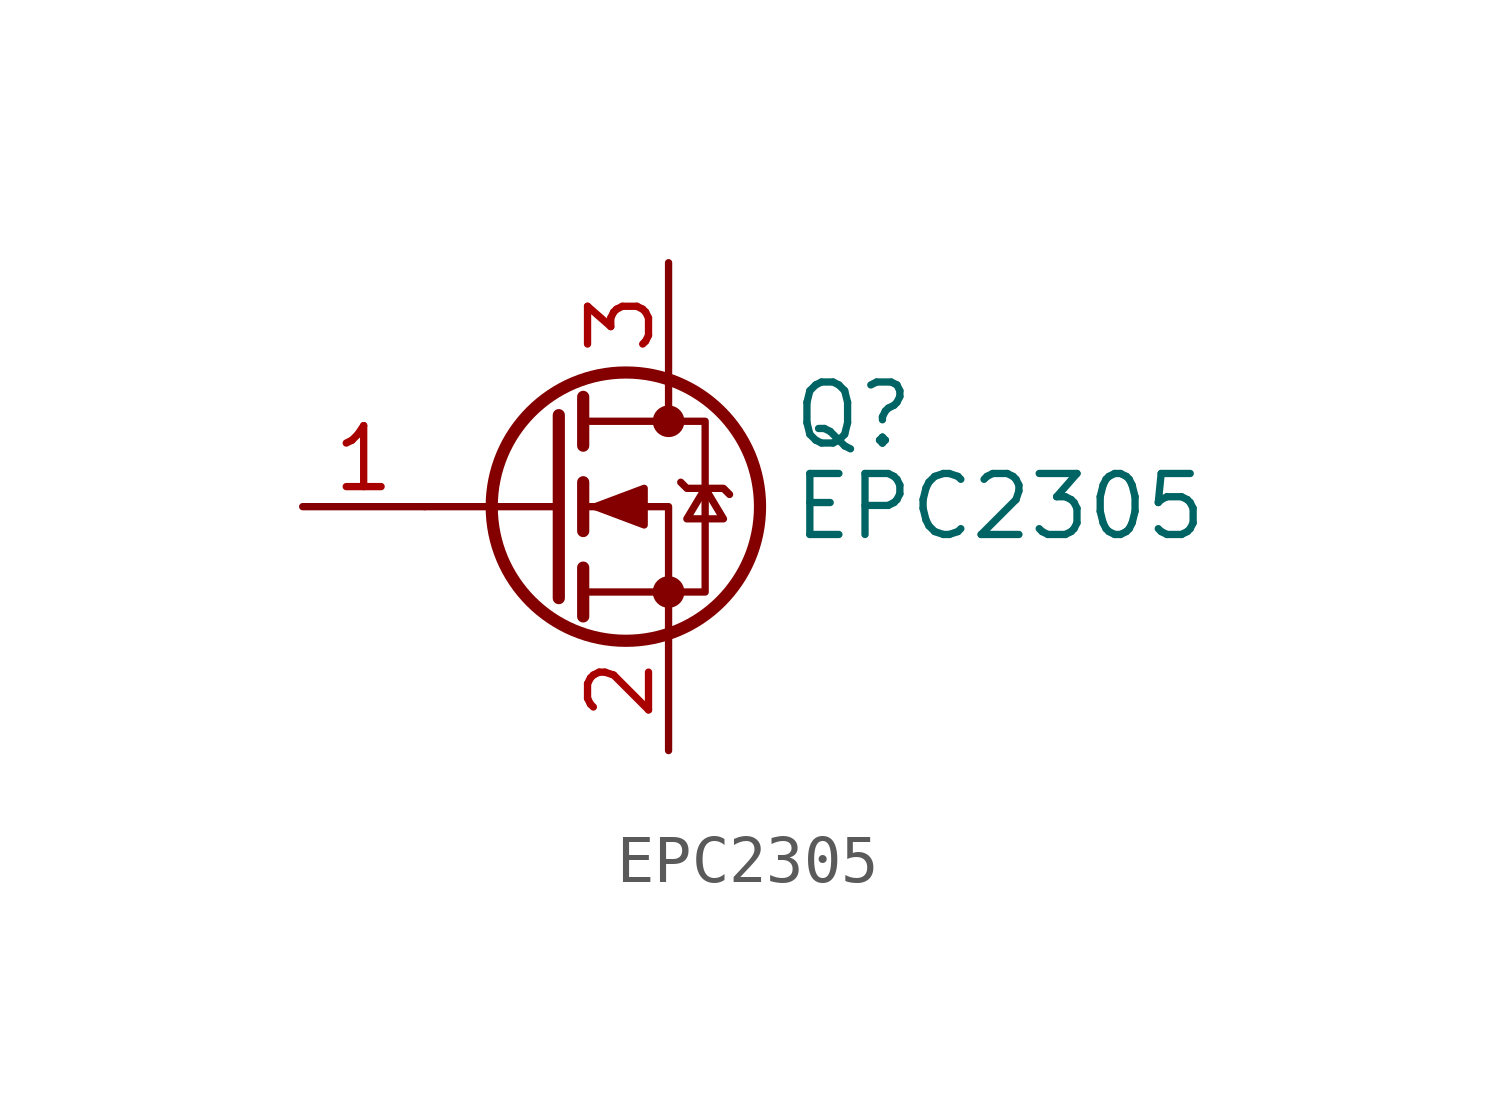
<source format=kicad_sym>
(kicad_symbol_lib
  (version 20231120)
  (generator "kicad_symbol_editor")
  (generator_version "8.0")
  (symbol "EPC2305"
    (pin_names hide)
    (property "Reference" "Q"
      (at 5.08 1.905 0)
      (effects (font (size 1.27 1.27)) (justify left)))
    (property "Value" "EPC2305"
      (at 5.08 0 0)
      (effects (font (size 1.27 1.27)) (justify left)))
    (symbol "EPC2305_0_0"
      (pin passive line (at 2.54 5.08 270) (length 2.54) hide (name "D" (effects (font (size 1.27 1.27)))) (number "7" (effects (font (size 1.27 1.27))))))
    (symbol "EPC2305_0_1"
      (polyline (pts (xy 0.254 0) (xy -2.54 0)) (stroke (width 0) (type default)) (fill (type none)))
      (polyline (pts (xy 0.254 1.905) (xy 0.254 -1.905)) (stroke (width 0.254) (type default)) (fill (type none)))
      (polyline (pts (xy 0.762 -1.27) (xy 0.762 -2.286)) (stroke (width 0.254) (type default)) (fill (type none)))
      (polyline (pts (xy 0.762 0.508) (xy 0.762 -0.508)) (stroke (width 0.254) (type default)) (fill (type none)))
      (polyline (pts (xy 0.762 2.286) (xy 0.762 1.27)) (stroke (width 0.254) (type default)) (fill (type none)))
      (polyline (pts (xy 2.54 2.54) (xy 2.54 1.778)) (stroke (width 0) (type default)) (fill (type none)))
      (polyline (pts (xy 2.54 -2.54) (xy 2.54 0) (xy 0.762 0)) (stroke (width 0) (type default)) (fill (type none)))
      (polyline (pts (xy 0.762 -1.778) (xy 3.302 -1.778) (xy 3.302 1.778) (xy 0.762 1.778)) (stroke (width 0) (type default)) (fill (type none)))
      (polyline (pts (xy 1.016 0) (xy 2.032 0.381) (xy 2.032 -0.381) (xy 1.016 0)) (stroke (width 0) (type default)) (fill (type outline)))
      (polyline (pts (xy 2.794 0.508) (xy 2.921 0.381) (xy 3.683 0.381) (xy 3.81 0.254)) (stroke (width 0) (type default)) (fill (type none)))
      (polyline (pts (xy 3.302 0.381) (xy 2.921 -0.254) (xy 3.683 -0.254) (xy 3.302 0.381)) (stroke (width 0) (type default)) (fill (type none)))
      (circle (center 1.651 0) (radius 2.794) (stroke (width 0.254) (type default)) (fill (type none)))
      (circle (center 2.54 -1.778) (radius 0.254) (stroke (width 0) (type default)) (fill (type outline)))
      (circle (center 2.54 1.778) (radius 0.254) (stroke (width 0) (type default)) (fill (type outline))))
    (symbol "EPC2305_1_0"
      (pin passive line (at 2.54 5.08 270) (length 2.54) (name "D" (effects (font (size 1.27 1.27)))) (number "3" (effects (font (size 1.27 1.27)))))
      (pin passive line (at 2.54 5.08 270) (length 2.54) hide (name "D" (effects (font (size 1.27 1.27)))) (number "5" (effects (font (size 1.27 1.27))))))
    (symbol "EPC2305_1_1"
      (pin passive line (at -5.08 0 0) (length 2.54) (name "G" (effects (font (size 1.27 1.27)))) (number "1" (effects (font (size 1.27 1.27)))))
      (pin passive line (at 2.54 -5.08 90) (length 2.54) (name "S" (effects (font (size 1.27 1.27)))) (number "2" (effects (font (size 1.27 1.27)))))
      (pin passive line (at 2.54 -5.08 90) (length 2.54) hide (name "S" (effects (font (size 1.27 1.27)))) (number "4" (effects (font (size 1.27 1.27)))))
      (pin passive line (at 2.54 -5.08 90) (length 2.54) hide (name "S" (effects (font (size 1.27 1.27)))) (number "6" (effects (font (size 1.27 1.27))))))))
</source>
